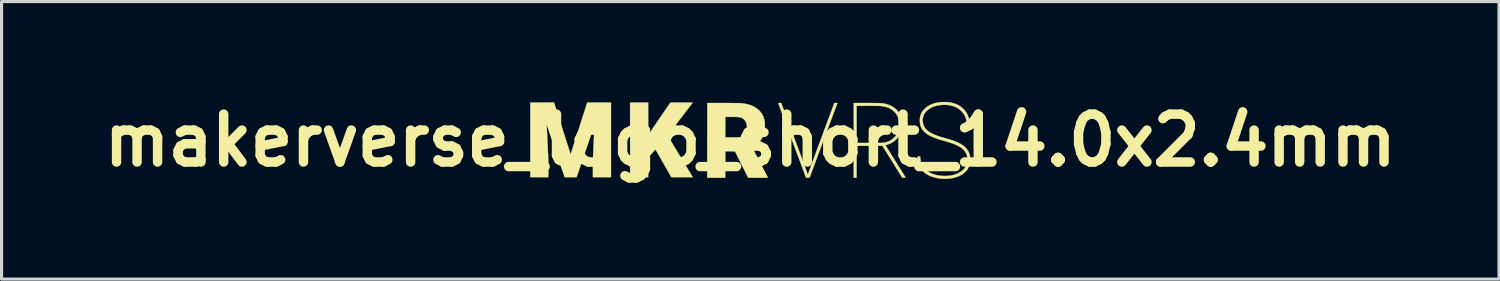
<source format=kicad_pcb>
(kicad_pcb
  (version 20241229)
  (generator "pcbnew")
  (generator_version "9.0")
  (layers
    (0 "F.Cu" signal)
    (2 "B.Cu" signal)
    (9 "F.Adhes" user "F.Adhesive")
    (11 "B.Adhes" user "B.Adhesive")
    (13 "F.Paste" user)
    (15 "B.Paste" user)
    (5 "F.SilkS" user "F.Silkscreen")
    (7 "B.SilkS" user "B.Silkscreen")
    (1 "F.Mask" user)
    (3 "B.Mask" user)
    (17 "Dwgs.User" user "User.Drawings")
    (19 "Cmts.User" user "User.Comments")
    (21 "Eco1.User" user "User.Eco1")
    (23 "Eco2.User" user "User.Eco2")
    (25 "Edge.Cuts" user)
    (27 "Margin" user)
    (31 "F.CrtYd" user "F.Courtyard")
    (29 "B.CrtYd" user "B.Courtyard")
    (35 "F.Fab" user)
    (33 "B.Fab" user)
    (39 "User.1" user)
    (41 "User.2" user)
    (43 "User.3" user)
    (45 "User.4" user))
  (footprint "makerverse_logo_short_14.0x2.4mm"
    (layer "F.Cu")
    (at 20.835 1.418)
    (property "Reference" "makerverse_logo_short_14.0x2.4mm" (at 0 0 0) (layer "F.SilkS") (effects (font (size 1.524 1.524) (thickness 0.3))))
    (attr through_hole)
    (fp_poly (pts (xy -3.251 -0.682) (xy -3.251 -0.16) (xy -3.151 -0.311) (xy -3.138 -0.33) (xy -3.124 -0.351) (xy -3.108 -0.375) (xy -3.09 -0.402) (xy -3.07 -0.432) (xy -3.049 -0.463) (xy -3.026 -0.496) (xy -3.002 -0.531) (xy -2.977 -0.568) (xy -2.952 -0.606) (xy -2.925 -0.645) (xy -2.898 -0.685) (xy -2.87 -0.726) (xy -2.842 -0.767) (xy -2.813 -0.808) (xy -2.796 -0.833) (xy -2.541 -1.204) (xy -2.187 -1.204) (xy -2.15 -1.204) (xy -2.114 -1.204) (xy -2.08 -1.204) (xy -2.047 -1.204) (xy -2.015 -1.204) (xy -1.986 -1.204) (xy -1.958 -1.204) (xy -1.933 -1.204) (xy -1.91 -1.204) (xy -1.89 -1.204) (xy -1.872 -1.204) (xy -1.857 -1.204) (xy -1.846 -1.204) (xy -1.838 -1.203) (xy -1.833 -1.203) (xy -1.832 -1.203) (xy -1.833 -1.202) (xy -1.837 -1.197) (xy -1.843 -1.19) (xy -1.85 -1.18) (xy -1.86 -1.167) (xy -1.872 -1.152) (xy -1.885 -1.134) (xy -1.9 -1.114) (xy -1.917 -1.092) (xy -1.936 -1.067) (xy -1.956 -1.041) (xy -1.977 -1.013) (xy -2 -0.983) (xy -2.024 -0.952) (xy -2.049 -0.919) (xy -2.075 -0.885) (xy -2.103 -0.849) (xy -2.131 -0.812) (xy -2.16 -0.774) (xy -2.19 -0.735) (xy -2.22 -0.696) (xy -2.234 -0.678) (xy -2.274 -0.625) (xy -2.312 -0.576) (xy -2.348 -0.528) (xy -2.382 -0.484) (xy -2.413 -0.442) (xy -2.443 -0.403) (xy -2.471 -0.366) (xy -2.497 -0.333) (xy -2.52 -0.302) (xy -2.542 -0.274) (xy -2.561 -0.248) (xy -2.578 -0.226) (xy -2.592 -0.206) (xy -2.605 -0.189) (xy -2.615 -0.176) (xy -2.623 -0.165) (xy -2.629 -0.157) (xy -2.632 -0.152) (xy -2.633 -0.15) (xy -2.633 -0.15) (xy -2.632 -0.149) (xy -2.629 -0.144) (xy -2.624 -0.135) (xy -2.617 -0.125) (xy -2.609 -0.111) (xy -2.599 -0.094) (xy -2.588 -0.076) (xy -2.575 -0.054) (xy -2.561 -0.031) (xy -2.545 -0.005) (xy -2.528 0.022) (xy -2.511 0.051) (xy -2.492 0.082) (xy -2.472 0.115) (xy -2.452 0.149) (xy -2.43 0.184) (xy -2.408 0.22) (xy -2.386 0.258) (xy -2.362 0.296) (xy -2.339 0.335) (xy -2.315 0.375) (xy -2.291 0.415) (xy -2.266 0.455) (xy -2.242 0.495) (xy -2.217 0.536) (xy -2.193 0.576) (xy -2.168 0.617) (xy -2.144 0.657) (xy -2.12 0.696) (xy -2.097 0.735) (xy -2.074 0.773) (xy -2.051 0.81) (xy -2.029 0.846) (xy -2.008 0.881) (xy -1.988 0.915) (xy -1.968 0.947) (xy -1.95 0.977) (xy -1.932 1.006) (xy -1.916 1.033) (xy -1.901 1.058) (xy -1.887 1.081) (xy -1.875 1.102) (xy -1.863 1.12) (xy -1.854 1.136) (xy -1.846 1.149) (xy -1.84 1.159) (xy -1.835 1.167) (xy -1.833 1.171) (xy -1.832 1.172) (xy -1.834 1.172) (xy -1.84 1.172) (xy -1.849 1.172) (xy -1.861 1.172) (xy -1.877 1.173) (xy -1.895 1.173) (xy -1.916 1.173) (xy -1.94 1.173) (xy -1.966 1.173) (xy -1.994 1.173) (xy -2.023 1.173) (xy -2.055 1.173) (xy -2.088 1.173) (xy -2.123 1.173) (xy -2.158 1.173) (xy -2.172 1.173) (xy -2.512 1.173) (xy -2.764 0.733) (xy -2.786 0.695) (xy -2.807 0.657) (xy -2.828 0.621) (xy -2.848 0.586) (xy -2.867 0.552) (xy -2.886 0.519) (xy -2.904 0.488) (xy -2.92 0.459) (xy -2.936 0.432) (xy -2.951 0.407) (xy -2.964 0.383) (xy -2.976 0.363) (xy -2.987 0.344) (xy -2.996 0.328) (xy -3.003 0.315) (xy -3.01 0.305) (xy -3.014 0.297) (xy -3.016 0.293) (xy -3.017 0.292) (xy -3.019 0.293) (xy -3.023 0.297) (xy -3.029 0.303) (xy -3.037 0.312) (xy -3.047 0.323) (xy -3.059 0.335) (xy -3.072 0.349) (xy -3.086 0.365) (xy -3.102 0.382) (xy -3.119 0.4) (xy -3.135 0.418) (xy -3.251 0.546) (xy -3.252 0.859) (xy -3.252 1.173) (xy -3.826 1.173) (xy -3.826 -1.204) (xy -3.252 -1.204) (xy -3.251 -0.682)) (stroke (width 0.01) (type solid)) (fill yes) (layer "F.SilkS"))
    (fp_poly (pts (xy -6.626 -1.204) (xy -6.248 -1.203) (xy -5.99 -0.397) (xy -5.973 -0.343) (xy -5.955 -0.289) (xy -5.938 -0.237) (xy -5.922 -0.185) (xy -5.906 -0.135) (xy -5.89 -0.086) (xy -5.875 -0.038) (xy -5.86 0.008) (xy -5.846 0.052) (xy -5.832 0.095) (xy -5.819 0.135) (xy -5.807 0.173) (xy -5.795 0.21) (xy -5.784 0.243) (xy -5.774 0.275) (xy -5.765 0.304) (xy -5.757 0.33) (xy -5.749 0.353) (xy -5.743 0.373) (xy -5.737 0.391) (xy -5.733 0.405) (xy -5.729 0.416) (xy -5.727 0.423) (xy -5.726 0.427) (xy -5.725 0.428) (xy -5.723 0.436) (xy -5.721 0.441) (xy -5.719 0.444) (xy -5.718 0.444) (xy -5.718 0.443) (xy -5.717 0.441) (xy -5.715 0.435) (xy -5.712 0.426) (xy -5.708 0.414) (xy -5.703 0.398) (xy -5.697 0.379) (xy -5.69 0.358) (xy -5.682 0.333) (xy -5.673 0.306) (xy -5.664 0.276) (xy -5.654 0.244) (xy -5.642 0.209) (xy -5.631 0.172) (xy -5.618 0.133) (xy -5.605 0.092) (xy -5.591 0.049) (xy -5.577 0.004) (xy -5.562 -0.042) (xy -5.547 -0.09) (xy -5.531 -0.14) (xy -5.515 -0.19) (xy -5.498 -0.242) (xy -5.481 -0.294) (xy -5.467 -0.34) (xy -5.449 -0.394) (xy -5.433 -0.447) (xy -5.416 -0.499) (xy -5.399 -0.551) (xy -5.383 -0.601) (xy -5.368 -0.65) (xy -5.353 -0.697) (xy -5.338 -0.743) (xy -5.324 -0.787) (xy -5.31 -0.829) (xy -5.297 -0.87) (xy -5.285 -0.908) (xy -5.273 -0.945) (xy -5.263 -0.978) (xy -5.253 -1.01) (xy -5.243 -1.039) (xy -5.235 -1.065) (xy -5.227 -1.089) (xy -5.221 -1.109) (xy -5.215 -1.126) (xy -5.211 -1.141) (xy -5.207 -1.151) (xy -5.205 -1.159) (xy -5.204 -1.162) (xy -5.19 -1.204) (xy -4.434 -1.204) (xy -4.434 1.173) (xy -5.01 1.173) (xy -5.01 0.605) (xy -4.983 0.049) (xy -4.981 0.003) (xy -4.979 -0.042) (xy -4.976 -0.086) (xy -4.974 -0.129) (xy -4.972 -0.17) (xy -4.97 -0.21) (xy -4.969 -0.248) (xy -4.967 -0.284) (xy -4.965 -0.317) (xy -4.964 -0.349) (xy -4.962 -0.378) (xy -4.961 -0.405) (xy -4.96 -0.429) (xy -4.959 -0.45) (xy -4.958 -0.468) (xy -4.957 -0.483) (xy -4.957 -0.495) (xy -4.957 -0.503) (xy -4.956 -0.508) (xy -4.956 -0.509) (xy -4.957 -0.507) (xy -4.959 -0.502) (xy -4.962 -0.493) (xy -4.966 -0.481) (xy -4.971 -0.466) (xy -4.978 -0.447) (xy -4.985 -0.426) (xy -4.993 -0.402) (xy -5.002 -0.375) (xy -5.013 -0.345) (xy -5.024 -0.313) (xy -5.035 -0.278) (xy -5.048 -0.242) (xy -5.061 -0.203) (xy -5.075 -0.161) (xy -5.09 -0.118) (xy -5.105 -0.073) (xy -5.121 -0.027) (xy -5.137 0.021) (xy -5.154 0.071) (xy -5.172 0.122) (xy -5.19 0.175) (xy -5.208 0.228) (xy -5.226 0.283) (xy -5.243 0.331) (xy -5.529 1.173) (xy -5.909 1.173) (xy -6.196 0.33) (xy -6.215 0.274) (xy -6.233 0.22) (xy -6.252 0.166) (xy -6.269 0.114) (xy -6.287 0.063) (xy -6.304 0.013) (xy -6.32 -0.035) (xy -6.336 -0.081) (xy -6.351 -0.126) (xy -6.366 -0.169) (xy -6.38 -0.21) (xy -6.393 -0.249) (xy -6.405 -0.285) (xy -6.417 -0.32) (xy -6.428 -0.352) (xy -6.438 -0.381) (xy -6.447 -0.408) (xy -6.455 -0.432) (xy -6.463 -0.453) (xy -6.469 -0.471) (xy -6.474 -0.486) (xy -6.478 -0.498) (xy -6.481 -0.507) (xy -6.483 -0.512) (xy -6.483 -0.513) (xy -6.483 -0.511) (xy -6.483 -0.505) (xy -6.483 -0.496) (xy -6.482 -0.484) (xy -6.481 -0.468) (xy -6.48 -0.449) (xy -6.479 -0.427) (xy -6.478 -0.402) (xy -6.477 -0.374) (xy -6.475 -0.345) (xy -6.474 -0.312) (xy -6.472 -0.278) (xy -6.47 -0.241) (xy -6.469 -0.203) (xy -6.467 -0.163) (xy -6.465 -0.121) (xy -6.463 -0.078) (xy -6.46 -0.034) (xy -6.458 0.012) (xy -6.457 0.043) (xy -6.43 0.598) (xy -6.43 0.886) (xy -6.429 1.173) (xy -7.003 1.173) (xy -7.003 -1.204) (xy -6.626 -1.204)) (stroke (width 0.01) (type solid)) (fill yes) (layer "F.SilkS"))
    (fp_poly (pts (xy -0.765 -1.188) (xy -0.719 -1.188) (xy -0.676 -1.188) (xy -0.637 -1.188) (xy -0.601 -1.188) (xy -0.568 -1.187) (xy -0.537 -1.187) (xy -0.509 -1.187) (xy -0.484 -1.187) (xy -0.461 -1.187) (xy -0.44 -1.187) (xy -0.421 -1.187) (xy -0.404 -1.187) (xy -0.388 -1.186) (xy -0.374 -1.186) (xy -0.362 -1.186) (xy -0.351 -1.186) (xy -0.34 -1.185) (xy -0.331 -1.185) (xy -0.322 -1.184) (xy -0.314 -1.184) (xy -0.306 -1.183) (xy -0.299 -1.183) (xy -0.292 -1.182) (xy -0.284 -1.181) (xy -0.277 -1.181) (xy -0.269 -1.18) (xy -0.267 -1.18) (xy -0.204 -1.172) (xy -0.143 -1.161) (xy -0.085 -1.148) (xy -0.029 -1.132) (xy 0.024 -1.114) (xy 0.074 -1.093) (xy 0.122 -1.069) (xy 0.166 -1.043) (xy 0.208 -1.015) (xy 0.248 -0.983) (xy 0.284 -0.95) (xy 0.317 -0.914) (xy 0.345 -0.879) (xy 0.37 -0.843) (xy 0.392 -0.804) (xy 0.411 -0.764) (xy 0.427 -0.721) (xy 0.441 -0.676) (xy 0.452 -0.628) (xy 0.46 -0.578) (xy 0.461 -0.569) (xy 0.462 -0.562) (xy 0.463 -0.554) (xy 0.463 -0.546) (xy 0.464 -0.537) (xy 0.464 -0.527) (xy 0.464 -0.514) (xy 0.464 -0.5) (xy 0.464 -0.482) (xy 0.464 -0.465) (xy 0.464 -0.444) (xy 0.464 -0.425) (xy 0.464 -0.41) (xy 0.464 -0.397) (xy 0.463 -0.386) (xy 0.463 -0.376) (xy 0.462 -0.367) (xy 0.461 -0.358) (xy 0.461 -0.356) (xy 0.453 -0.304) (xy 0.444 -0.256) (xy 0.432 -0.21) (xy 0.418 -0.167) (xy 0.402 -0.126) (xy 0.382 -0.087) (xy 0.361 -0.05) (xy 0.336 -0.015) (xy 0.309 0.019) (xy 0.299 0.03) (xy 0.27 0.06) (xy 0.238 0.089) (xy 0.202 0.116) (xy 0.164 0.143) (xy 0.124 0.168) (xy 0.082 0.191) (xy 0.077 0.193) (xy 0.052 0.206) (xy 0.058 0.218) (xy 0.06 0.22) (xy 0.063 0.226) (xy 0.068 0.236) (xy 0.074 0.248) (xy 0.082 0.263) (xy 0.091 0.281) (xy 0.101 0.301) (xy 0.113 0.324) (xy 0.126 0.349) (xy 0.14 0.376) (xy 0.155 0.405) (xy 0.171 0.437) (xy 0.188 0.469) (xy 0.206 0.504) (xy 0.225 0.54) (xy 0.244 0.577) (xy 0.263 0.615) (xy 0.284 0.654) (xy 0.304 0.694) (xy 0.307 0.698) (xy 0.549 1.167) (xy 0.549 1.191) (xy -0.067 1.191) (xy -0.277 0.77) (xy -0.487 0.349) (xy -0.796 0.35) (xy -0.796 0.77) (xy -0.797 1.191) (xy -1.371 1.191) (xy -1.37 0.001) (xy -1.37 -0.189) (xy -0.797 -0.189) (xy -0.797 -0.093) (xy -0.597 -0.093) (xy -0.561 -0.093) (xy -0.528 -0.093) (xy -0.498 -0.093) (xy -0.471 -0.093) (xy -0.447 -0.094) (xy -0.427 -0.094) (xy -0.41 -0.094) (xy -0.396 -0.094) (xy -0.386 -0.095) (xy -0.379 -0.095) (xy -0.379 -0.095) (xy -0.342 -0.101) (xy -0.308 -0.109) (xy -0.277 -0.119) (xy -0.249 -0.133) (xy -0.223 -0.149) (xy -0.2 -0.168) (xy -0.196 -0.171) (xy -0.175 -0.195) (xy -0.156 -0.22) (xy -0.141 -0.249) (xy -0.128 -0.279) (xy -0.118 -0.313) (xy -0.111 -0.348) (xy -0.108 -0.386) (xy -0.107 -0.417) (xy -0.108 -0.457) (xy -0.113 -0.494) (xy -0.12 -0.53) (xy -0.13 -0.562) (xy -0.144 -0.593) (xy -0.16 -0.621) (xy -0.18 -0.646) (xy -0.194 -0.661) (xy -0.214 -0.679) (xy -0.235 -0.695) (xy -0.258 -0.709) (xy -0.282 -0.72) (xy -0.31 -0.729) (xy -0.34 -0.737) (xy -0.373 -0.743) (xy -0.373 -0.743) (xy -0.377 -0.743) (xy -0.384 -0.744) (xy -0.393 -0.744) (xy -0.406 -0.744) (xy -0.421 -0.745) (xy -0.439 -0.745) (xy -0.46 -0.745) (xy -0.485 -0.745) (xy -0.513 -0.746) (xy -0.544 -0.746) (xy -0.58 -0.746) (xy -0.592 -0.746) (xy -0.794 -0.747) (xy -0.796 -0.515) (xy -0.796 -0.483) (xy -0.796 -0.451) (xy -0.796 -0.419) (xy -0.796 -0.387) (xy -0.796 -0.355) (xy -0.797 -0.325) (xy -0.797 -0.297) (xy -0.797 -0.27) (xy -0.797 -0.246) (xy -0.797 -0.224) (xy -0.797 -0.205) (xy -0.797 -0.19) (xy -0.797 -0.189) (xy -1.37 -0.189) (xy -1.37 -1.188) (xy -0.814 -1.188) (xy -0.765 -1.188)) (stroke (width 0.01) (type solid)) (fill yes) (layer "F.SilkS"))
    (fp_poly (pts (xy 0.988 -1.181) (xy 0.989 -1.179) (xy 0.991 -1.173) (xy 0.995 -1.164) (xy 0.999 -1.152) (xy 1.005 -1.136) (xy 1.012 -1.117) (xy 1.02 -1.095) (xy 1.03 -1.07) (xy 1.04 -1.043) (xy 1.051 -1.012) (xy 1.064 -0.979) (xy 1.077 -0.944) (xy 1.091 -0.906) (xy 1.106 -0.866) (xy 1.122 -0.823) (xy 1.138 -0.779) (xy 1.156 -0.732) (xy 1.174 -0.684) (xy 1.192 -0.633) (xy 1.212 -0.582) (xy 1.232 -0.528) (xy 1.252 -0.473) (xy 1.273 -0.417) (xy 1.295 -0.359) (xy 1.317 -0.3) (xy 1.339 -0.24) (xy 1.362 -0.179) (xy 1.385 -0.117) (xy 1.385 -0.116) (xy 1.417 -0.029) (xy 1.449 0.055) (xy 1.479 0.136) (xy 1.507 0.212) (xy 1.534 0.285) (xy 1.56 0.355) (xy 1.585 0.421) (xy 1.608 0.484) (xy 1.63 0.543) (xy 1.65 0.598) (xy 1.67 0.651) (xy 1.688 0.699) (xy 1.704 0.744) (xy 1.72 0.786) (xy 1.734 0.824) (xy 1.747 0.859) (xy 1.758 0.891) (xy 1.769 0.919) (xy 1.778 0.944) (xy 1.785 0.966) (xy 1.792 0.984) (xy 1.797 0.999) (xy 1.801 1.01) (xy 1.804 1.018) (xy 1.804 1.019) (xy 1.81 1.035) (xy 1.815 1.051) (xy 1.82 1.064) (xy 1.824 1.076) (xy 1.827 1.086) (xy 1.829 1.093) (xy 1.831 1.096) (xy 1.831 1.097) (xy 1.832 1.095) (xy 1.834 1.09) (xy 1.836 1.083) (xy 1.84 1.073) (xy 1.844 1.06) (xy 1.849 1.047) (xy 1.853 1.035) (xy 1.855 1.029) (xy 1.858 1.02) (xy 1.863 1.007) (xy 1.868 0.991) (xy 1.875 0.972) (xy 1.884 0.95) (xy 1.893 0.924) (xy 1.903 0.896) (xy 1.915 0.864) (xy 1.927 0.83) (xy 1.941 0.794) (xy 1.955 0.754) (xy 1.971 0.713) (xy 1.987 0.668) (xy 2.004 0.622) (xy 2.022 0.573) (xy 2.041 0.523) (xy 2.06 0.47) (xy 2.081 0.415) (xy 2.102 0.359) (xy 2.123 0.301) (xy 2.145 0.241) (xy 2.168 0.18) (xy 2.191 0.118) (xy 2.215 0.054) (xy 2.239 -0.011) (xy 2.264 -0.077) (xy 2.273 -0.103) (xy 2.296 -0.165) (xy 2.319 -0.227) (xy 2.341 -0.287) (xy 2.363 -0.347) (xy 2.385 -0.405) (xy 2.406 -0.462) (xy 2.427 -0.517) (xy 2.447 -0.571) (xy 2.466 -0.624) (xy 2.485 -0.675) (xy 2.503 -0.724) (xy 2.521 -0.771) (xy 2.538 -0.816) (xy 2.554 -0.859) (xy 2.569 -0.899) (xy 2.583 -0.938) (xy 2.596 -0.974) (xy 2.609 -1.007) (xy 2.62 -1.038) (xy 2.631 -1.067) (xy 2.64 -1.092) (xy 2.649 -1.115) (xy 2.656 -1.134) (xy 2.662 -1.15) (xy 2.667 -1.164) (xy 2.671 -1.174) (xy 2.673 -1.18) (xy 2.674 -1.183) (xy 2.674 -1.183) (xy 2.676 -1.189) (xy 2.724 -1.189) (xy 2.738 -1.189) (xy 2.749 -1.188) (xy 2.759 -1.188) (xy 2.767 -1.188) (xy 2.771 -1.187) (xy 2.773 -1.187) (xy 2.772 -1.185) (xy 2.77 -1.18) (xy 2.767 -1.171) (xy 2.762 -1.159) (xy 2.756 -1.143) (xy 2.75 -1.125) (xy 2.741 -1.103) (xy 2.732 -1.078) (xy 2.722 -1.051) (xy 2.711 -1.021) (xy 2.699 -0.988) (xy 2.685 -0.952) (xy 2.671 -0.914) (xy 2.656 -0.874) (xy 2.64 -0.831) (xy 2.623 -0.786) (xy 2.606 -0.739) (xy 2.587 -0.69) (xy 2.568 -0.639) (xy 2.549 -0.586) (xy 2.528 -0.531) (xy 2.507 -0.475) (xy 2.486 -0.418) (xy 2.464 -0.358) (xy 2.441 -0.298) (xy 2.418 -0.236) (xy 2.395 -0.173) (xy 2.371 -0.109) (xy 2.347 -0.044) (xy 2.329 0.002) (xy 1.886 1.19) (xy 1.831 1.19) (xy 1.777 1.191) (xy 1.333 0.003) (xy 1.309 -0.062) (xy 1.285 -0.127) (xy 1.261 -0.19) (xy 1.238 -0.253) (xy 1.215 -0.314) (xy 1.192 -0.374) (xy 1.17 -0.433) (xy 1.149 -0.49) (xy 1.128 -0.546) (xy 1.108 -0.6) (xy 1.089 -0.653) (xy 1.07 -0.703) (xy 1.052 -0.751) (xy 1.034 -0.798) (xy 1.018 -0.842) (xy 1.002 -0.884) (xy 0.987 -0.924) (xy 0.973 -0.961) (xy 0.96 -0.996) (xy 0.948 -1.029) (xy 0.937 -1.058) (xy 0.927 -1.085) (xy 0.919 -1.109) (xy 0.911 -1.129) (xy 0.904 -1.147) (xy 0.899 -1.162) (xy 0.895 -1.173) (xy 0.892 -1.181) (xy 0.89 -1.185) (xy 0.89 -1.186) (xy 0.891 -1.187) (xy 0.894 -1.188) (xy 0.899 -1.188) (xy 0.907 -1.188) (xy 0.918 -1.188) (xy 0.932 -1.189) (xy 0.938 -1.189) (xy 0.985 -1.189) (xy 0.988 -1.181)) (stroke (width 0.01) (type solid)) (fill yes) (layer "F.SilkS"))
    (fp_poly (pts (xy 3.796 -1.188) (xy 3.837 -1.188) (xy 3.874 -1.188) (xy 3.908 -1.188) (xy 3.94 -1.187) (xy 3.968 -1.187) (xy 3.994 -1.187) (xy 4.017 -1.187) (xy 4.038 -1.187) (xy 4.057 -1.187) (xy 4.074 -1.187) (xy 4.09 -1.186) (xy 4.103 -1.186) (xy 4.115 -1.186) (xy 4.126 -1.185) (xy 4.136 -1.185) (xy 4.145 -1.185) (xy 4.153 -1.184) (xy 4.161 -1.183) (xy 4.168 -1.183) (xy 4.175 -1.182) (xy 4.182 -1.181) (xy 4.19 -1.18) (xy 4.197 -1.18) (xy 4.204 -1.179) (xy 4.261 -1.17) (xy 4.316 -1.158) (xy 4.369 -1.143) (xy 4.419 -1.126) (xy 4.467 -1.105) (xy 4.512 -1.081) (xy 4.556 -1.054) (xy 4.596 -1.025) (xy 4.634 -0.992) (xy 4.654 -0.973) (xy 4.685 -0.94) (xy 4.713 -0.905) (xy 4.738 -0.868) (xy 4.761 -0.829) (xy 4.78 -0.789) (xy 4.796 -0.746) (xy 4.809 -0.701) (xy 4.82 -0.654) (xy 4.828 -0.603) (xy 4.829 -0.595) (xy 4.83 -0.583) (xy 4.831 -0.567) (xy 4.832 -0.549) (xy 4.833 -0.53) (xy 4.833 -0.51) (xy 4.833 -0.49) (xy 4.833 -0.47) (xy 4.832 -0.452) (xy 4.832 -0.435) (xy 4.831 -0.421) (xy 4.829 -0.41) (xy 4.82 -0.36) (xy 4.808 -0.311) (xy 4.793 -0.266) (xy 4.775 -0.222) (xy 4.754 -0.18) (xy 4.73 -0.139) (xy 4.713 -0.115) (xy 4.682 -0.074) (xy 4.648 -0.037) (xy 4.612 -0.002) (xy 4.574 0.03) (xy 4.533 0.058) (xy 4.491 0.083) (xy 4.447 0.105) (xy 4.402 0.123) (xy 4.356 0.137) (xy 4.345 0.14) (xy 4.334 0.143) (xy 4.324 0.146) (xy 4.316 0.147) (xy 4.315 0.147) (xy 4.308 0.149) (xy 4.303 0.15) (xy 4.301 0.151) (xy 4.301 0.152) (xy 4.302 0.153) (xy 4.305 0.158) (xy 4.309 0.166) (xy 4.316 0.177) (xy 4.325 0.191) (xy 4.335 0.207) (xy 4.346 0.226) (xy 4.36 0.247) (xy 4.374 0.271) (xy 4.39 0.296) (xy 4.408 0.324) (xy 4.426 0.354) (xy 4.446 0.385) (xy 4.466 0.418) (xy 4.488 0.453) (xy 4.51 0.489) (xy 4.533 0.526) (xy 4.557 0.564) (xy 4.582 0.604) (xy 4.607 0.644) (xy 4.617 0.66) (xy 4.934 1.166) (xy 4.934 1.178) (xy 4.935 1.191) (xy 4.839 1.19) (xy 4.523 0.681) (xy 4.207 0.173) (xy 3.796 0.173) (xy 3.384 0.174) (xy 3.384 0.682) (xy 3.383 1.191) (xy 3.294 1.191) (xy 3.295 0.083) (xy 3.383 0.083) (xy 3.795 0.083) (xy 3.842 0.083) (xy 3.886 0.083) (xy 3.926 0.083) (xy 3.963 0.083) (xy 3.997 0.082) (xy 4.027 0.082) (xy 4.055 0.082) (xy 4.08 0.082) (xy 4.102 0.082) (xy 4.122 0.082) (xy 4.139 0.082) (xy 4.155 0.082) (xy 4.168 0.082) (xy 4.18 0.081) (xy 4.19 0.081) (xy 4.198 0.081) (xy 4.205 0.081) (xy 4.211 0.08) (xy 4.216 0.08) (xy 4.221 0.08) (xy 4.224 0.08) (xy 4.227 0.079) (xy 4.228 0.079) (xy 4.26 0.074) (xy 4.289 0.069) (xy 4.315 0.063) (xy 4.34 0.056) (xy 4.364 0.048) (xy 4.387 0.04) (xy 4.391 0.038) (xy 4.432 0.02) (xy 4.472 -0.002) (xy 4.51 -0.027) (xy 4.546 -0.055) (xy 4.579 -0.086) (xy 4.61 -0.119) (xy 4.638 -0.154) (xy 4.663 -0.192) (xy 4.684 -0.231) (xy 4.703 -0.273) (xy 4.712 -0.296) (xy 4.724 -0.338) (xy 4.734 -0.381) (xy 4.74 -0.426) (xy 4.744 -0.472) (xy 4.744 -0.519) (xy 4.742 -0.565) (xy 4.736 -0.612) (xy 4.732 -0.637) (xy 4.721 -0.682) (xy 4.707 -0.725) (xy 4.69 -0.766) (xy 4.669 -0.806) (xy 4.645 -0.843) (xy 4.618 -0.878) (xy 4.589 -0.909) (xy 4.555 -0.941) (xy 4.518 -0.97) (xy 4.478 -0.995) (xy 4.436 -1.018) (xy 4.392 -1.039) (xy 4.345 -1.056) (xy 4.295 -1.07) (xy 4.243 -1.081) (xy 4.188 -1.09) (xy 4.175 -1.092) (xy 4.166 -1.093) (xy 4.157 -1.093) (xy 4.148 -1.094) (xy 4.138 -1.095) (xy 4.128 -1.096) (xy 4.117 -1.096) (xy 4.105 -1.097) (xy 4.092 -1.097) (xy 4.078 -1.098) (xy 4.061 -1.098) (xy 4.043 -1.098) (xy 4.024 -1.099) (xy 4.002 -1.099) (xy 3.977 -1.099) (xy 3.951 -1.099) (xy 3.921 -1.099) (xy 3.889 -1.099) (xy 3.853 -1.099) (xy 3.815 -1.099) (xy 3.772 -1.099) (xy 3.726 -1.099) (xy 3.715 -1.099) (xy 3.384 -1.098) (xy 3.383 0.083) (xy 3.295 0.083) (xy 3.295 0.001) (xy 3.295 -1.188) (xy 3.751 -1.188) (xy 3.796 -1.188)) (stroke (width 0.01) (type solid)) (fill yes) (layer "F.SilkS"))
    (fp_poly (pts (xy 6.198 -1.219) (xy 6.22 -1.219) (xy 6.241 -1.218) (xy 6.261 -1.218) (xy 6.278 -1.217) (xy 6.292 -1.216) (xy 6.299 -1.215) (xy 6.359 -1.207) (xy 6.416 -1.195) (xy 6.471 -1.181) (xy 6.524 -1.163) (xy 6.574 -1.143) (xy 6.623 -1.119) (xy 6.668 -1.093) (xy 6.689 -1.079) (xy 6.729 -1.05) (xy 6.767 -1.018) (xy 6.802 -0.983) (xy 6.834 -0.945) (xy 6.863 -0.906) (xy 6.89 -0.864) (xy 6.906 -0.833) (xy 6.926 -0.792) (xy 6.942 -0.75) (xy 6.955 -0.708) (xy 6.965 -0.665) (xy 6.973 -0.621) (xy 6.978 -0.574) (xy 6.979 -0.546) (xy 6.981 -0.518) (xy 6.892 -0.518) (xy 6.89 -0.53) (xy 6.89 -0.539) (xy 6.889 -0.549) (xy 6.889 -0.553) (xy 6.889 -0.564) (xy 6.888 -0.577) (xy 6.886 -0.593) (xy 6.884 -0.609) (xy 6.881 -0.626) (xy 6.878 -0.642) (xy 6.877 -0.646) (xy 6.867 -0.691) (xy 6.852 -0.734) (xy 6.834 -0.775) (xy 6.813 -0.815) (xy 6.788 -0.853) (xy 6.76 -0.89) (xy 6.728 -0.925) (xy 6.692 -0.959) (xy 6.667 -0.98) (xy 6.628 -1.009) (xy 6.587 -1.035) (xy 6.543 -1.058) (xy 6.497 -1.077) (xy 6.449 -1.094) (xy 6.398 -1.108) (xy 6.345 -1.118) (xy 6.289 -1.126) (xy 6.266 -1.128) (xy 6.255 -1.129) (xy 6.242 -1.13) (xy 6.226 -1.13) (xy 6.208 -1.13) (xy 6.19 -1.13) (xy 6.171 -1.13) (xy 6.152 -1.13) (xy 6.135 -1.13) (xy 6.119 -1.129) (xy 6.106 -1.129) (xy 6.1 -1.128) (xy 6.04 -1.123) (xy 5.983 -1.114) (xy 5.929 -1.102) (xy 5.877 -1.088) (xy 5.828 -1.071) (xy 5.781 -1.051) (xy 5.738 -1.029) (xy 5.697 -1.003) (xy 5.658 -0.975) (xy 5.623 -0.944) (xy 5.613 -0.935) (xy 5.587 -0.907) (xy 5.565 -0.88) (xy 5.546 -0.852) (xy 5.53 -0.823) (xy 5.516 -0.793) (xy 5.515 -0.79) (xy 5.503 -0.755) (xy 5.494 -0.719) (xy 5.489 -0.682) (xy 5.487 -0.643) (xy 5.489 -0.605) (xy 5.493 -0.566) (xy 5.501 -0.528) (xy 5.511 -0.494) (xy 5.524 -0.461) (xy 5.54 -0.429) (xy 5.559 -0.399) (xy 5.58 -0.37) (xy 5.605 -0.343) (xy 5.634 -0.316) (xy 5.665 -0.291) (xy 5.7 -0.266) (xy 5.739 -0.243) (xy 5.782 -0.22) (xy 5.802 -0.209) (xy 5.836 -0.194) (xy 5.87 -0.179) (xy 5.905 -0.164) (xy 5.942 -0.15) (xy 5.981 -0.136) (xy 6.022 -0.122) (xy 6.066 -0.108) (xy 6.113 -0.094) (xy 6.163 -0.08) (xy 6.205 -0.069) (xy 6.252 -0.056) (xy 6.297 -0.043) (xy 6.338 -0.031) (xy 6.377 -0.019) (xy 6.413 -0.007) (xy 6.448 0.004) (xy 6.481 0.016) (xy 6.513 0.028) (xy 6.544 0.041) (xy 6.575 0.054) (xy 6.588 0.06) (xy 6.64 0.084) (xy 6.687 0.109) (xy 6.731 0.135) (xy 6.771 0.162) (xy 6.808 0.19) (xy 6.841 0.22) (xy 6.871 0.251) (xy 6.898 0.284) (xy 6.922 0.318) (xy 6.943 0.353) (xy 6.961 0.391) (xy 6.976 0.43) (xy 6.977 0.43) (xy 6.986 0.462) (xy 6.994 0.495) (xy 6.999 0.531) (xy 7.003 0.568) (xy 7.005 0.604) (xy 7.005 0.64) (xy 7.003 0.674) (xy 6.997 0.719) (xy 6.987 0.762) (xy 6.973 0.805) (xy 6.956 0.846) (xy 6.936 0.885) (xy 6.912 0.923) (xy 6.885 0.959) (xy 6.854 0.993) (xy 6.821 1.025) (xy 6.784 1.055) (xy 6.762 1.071) (xy 6.726 1.094) (xy 6.688 1.115) (xy 6.647 1.135) (xy 6.604 1.153) (xy 6.56 1.169) (xy 6.515 1.182) (xy 6.503 1.186) (xy 6.442 1.2) (xy 6.38 1.21) (xy 6.315 1.218) (xy 6.249 1.222) (xy 6.181 1.223) (xy 6.129 1.221) (xy 6.066 1.217) (xy 6.005 1.21) (xy 5.945 1.2) (xy 5.887 1.187) (xy 5.831 1.172) (xy 5.777 1.154) (xy 5.726 1.133) (xy 5.676 1.11) (xy 5.63 1.085) (xy 5.586 1.057) (xy 5.549 1.029) (xy 5.537 1.019) (xy 5.524 1.007) (xy 5.51 0.994) (xy 5.495 0.98) (xy 5.482 0.966) (xy 5.469 0.952) (xy 5.459 0.94) (xy 5.457 0.937) (xy 5.428 0.898) (xy 5.403 0.857) (xy 5.381 0.814) (xy 5.363 0.769) (xy 5.348 0.723) (xy 5.336 0.675) (xy 5.328 0.625) (xy 5.323 0.574) (xy 5.322 0.546) (xy 5.321 0.519) (xy 5.365 0.518) (xy 5.409 0.518) (xy 5.41 0.543) (xy 5.413 0.582) (xy 5.417 0.618) (xy 5.423 0.651) (xy 5.43 0.684) (xy 5.44 0.715) (xy 5.445 0.73) (xy 5.451 0.746) (xy 5.459 0.764) (xy 5.468 0.783) (xy 5.478 0.802) (xy 5.487 0.819) (xy 5.496 0.834) (xy 5.522 0.869) (xy 5.55 0.902) (xy 5.582 0.933) (xy 5.617 0.963) (xy 5.655 0.99) (xy 5.695 1.016) (xy 5.739 1.039) (xy 5.784 1.06) (xy 5.832 1.078) (xy 5.844 1.082) (xy 5.893 1.097) (xy 5.945 1.109) (xy 5.999 1.119) (xy 6.055 1.126) (xy 6.111 1.131) (xy 6.168 1.133) (xy 6.225 1.133) (xy 6.282 1.131) (xy 6.337 1.126) (xy 6.391 1.118) (xy 6.443 1.108) (xy 6.476 1.099) (xy 6.513 1.089) (xy 6.547 1.077) (xy 6.58 1.064) (xy 6.614 1.048) (xy 6.625 1.042) (xy 6.667 1.019) (xy 6.706 0.995) (xy 6.742 0.968) (xy 6.774 0.94) (xy 6.803 0.91) (xy 6.83 0.878) (xy 6.852 0.846) (xy 6.871 0.811) (xy 6.887 0.776) (xy 6.899 0.739) (xy 6.9 0.736) (xy 6.904 0.719) (xy 6.907 0.704) (xy 6.909 0.69) (xy 6.911 0.675) (xy 6.912 0.66) (xy 6.913 0.642) (xy 6.913 0.622) (xy 6.913 0.618) (xy 6.913 0.601) (xy 6.913 0.587) (xy 6.912 0.575) (xy 6.912 0.565) (xy 6.911 0.556) (xy 6.91 0.547) (xy 6.909 0.539) (xy 6.901 0.499) (xy 6.891 0.462) (xy 6.877 0.427) (xy 6.861 0.394) (xy 6.842 0.362) (xy 6.819 0.332) (xy 6.793 0.303) (xy 6.79 0.301) (xy 6.769 0.28) (xy 6.747 0.261) (xy 6.722 0.242) (xy 6.697 0.224) (xy 6.669 0.206) (xy 6.639 0.189) (xy 6.607 0.171) (xy 6.573 0.155) (xy 6.536 0.138) (xy 6.496 0.122) (xy 6.454 0.105) (xy 6.409 0.089) (xy 6.36 0.072) (xy 6.308 0.056) (xy 6.253 0.039) (xy 6.194 0.022) (xy 6.165 0.014) (xy 6.112 -0.002) (xy 6.062 -0.016) (xy 6.016 -0.03) (xy 5.973 -0.044) (xy 5.933 -0.058) (xy 5.895 -0.071) (xy 5.859 -0.085) (xy 5.826 -0.098) (xy 5.794 -0.112) (xy 5.763 -0.125) (xy 5.748 -0.133) (xy 5.702 -0.156) (xy 5.659 -0.182) (xy 5.619 -0.208) (xy 5.582 -0.236) (xy 5.549 -0.265) (xy 5.519 -0.295) (xy 5.493 -0.326) (xy 5.475 -0.351) (xy 5.455 -0.385) (xy 5.437 -0.421) (xy 5.423 -0.46) (xy 5.412 -0.501) (xy 5.404 -0.544) (xy 5.4 -0.576) (xy 5.399 -0.588) (xy 5.398 -0.603) (xy 5.398 -0.62) (xy 5.398 -0.638) (xy 5.399 -0.656) (xy 5.399 -0.674) (xy 5.4 -0.69) (xy 5.401 -0.705) (xy 5.402 -0.717) (xy 5.403 -0.721) (xy 5.411 -0.765) (xy 5.423 -0.807) (xy 5.439 -0.847) (xy 5.458 -0.885) (xy 5.481 -0.922) (xy 5.507 -0.957) (xy 5.537 -0.99) (xy 5.57 -1.022) (xy 5.606 -1.052) (xy 5.641 -1.077) (xy 5.682 -1.102) (xy 5.724 -1.125) (xy 5.767 -1.145) (xy 5.813 -1.163) (xy 5.861 -1.178) (xy 5.911 -1.191) (xy 5.964 -1.202) (xy 6.02 -1.21) (xy 6.061 -1.215) (xy 6.074 -1.216) (xy 6.091 -1.217) (xy 6.11 -1.218) (xy 6.13 -1.218) (xy 6.152 -1.219) (xy 6.175 -1.219) (xy 6.198 -1.219)) (stroke (width 0.01) (type solid)) (fill yes) (layer "F.SilkS")))
  (gr_rect
    (start -3 -3)
    (end 44.671 5.836)
    (stroke (width 0.1) (type default))
    (fill no)
    (layer "Edge.Cuts")))
</source>
